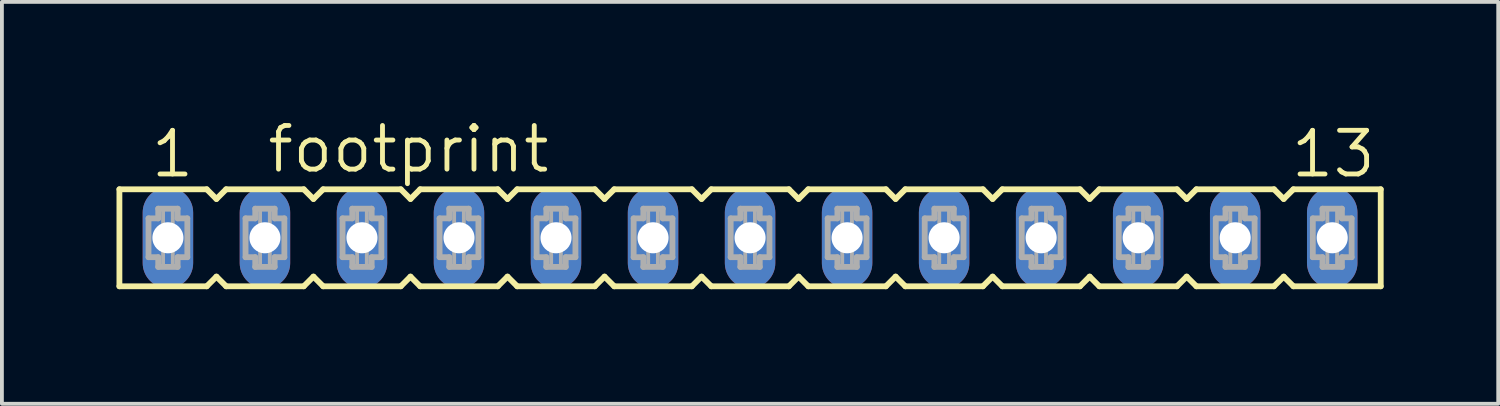
<source format=kicad_pcb>
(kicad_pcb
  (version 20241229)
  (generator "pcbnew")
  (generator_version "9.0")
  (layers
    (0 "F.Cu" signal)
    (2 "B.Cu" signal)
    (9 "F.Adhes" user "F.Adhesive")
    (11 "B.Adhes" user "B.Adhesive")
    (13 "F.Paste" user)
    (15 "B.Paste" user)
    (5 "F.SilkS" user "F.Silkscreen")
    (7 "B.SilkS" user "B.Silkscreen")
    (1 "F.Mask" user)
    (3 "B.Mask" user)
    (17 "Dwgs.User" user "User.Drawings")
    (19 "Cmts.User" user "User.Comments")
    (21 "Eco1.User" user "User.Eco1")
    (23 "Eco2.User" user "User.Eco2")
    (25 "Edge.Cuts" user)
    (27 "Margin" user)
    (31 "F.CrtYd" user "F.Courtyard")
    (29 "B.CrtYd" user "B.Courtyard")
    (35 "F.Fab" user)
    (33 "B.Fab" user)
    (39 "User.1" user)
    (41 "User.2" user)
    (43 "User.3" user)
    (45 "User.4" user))
  (footprint "footprint"
    (layer "F.Cu")
    (at 16.586 3.175)
    (property "Reference" "footprint" (at -12.7 -1.651 0) (layer "F.SilkS") (effects (font (size 1.143 1.143) (thickness 0.127)) (justify left bottom)))
    (fp_line (start -16.51 -1.27) (end -16.51 1.27) (stroke (width 0.152) (type solid)) (layer "F.SilkS"))
    (fp_line (start -16.51 1.27) (end -14.224 1.27) (stroke (width 0.152) (type solid)) (layer "F.SilkS"))
    (fp_line (start -14.224 -1.27) (end -16.51 -1.27) (stroke (width 0.152) (type solid)) (layer "F.SilkS"))
    (fp_line (start -14.224 1.27) (end -13.97 1.016) (stroke (width 0.152) (type solid)) (layer "F.SilkS"))
    (fp_line (start -13.97 -1.016) (end -14.224 -1.27) (stroke (width 0.152) (type solid)) (layer "F.SilkS"))
    (fp_line (start -13.97 1.016) (end -13.716 1.27) (stroke (width 0.152) (type solid)) (layer "F.SilkS"))
    (fp_line (start -13.716 -1.27) (end -13.97 -1.016) (stroke (width 0.152) (type solid)) (layer "F.SilkS"))
    (fp_line (start -13.716 1.27) (end -11.684 1.27) (stroke (width 0.152) (type solid)) (layer "F.SilkS"))
    (fp_line (start -11.684 -1.27) (end -13.716 -1.27) (stroke (width 0.152) (type solid)) (layer "F.SilkS"))
    (fp_line (start -11.684 1.27) (end -11.43 1.016) (stroke (width 0.152) (type solid)) (layer "F.SilkS"))
    (fp_line (start -11.43 -1.016) (end -11.684 -1.27) (stroke (width 0.152) (type solid)) (layer "F.SilkS"))
    (fp_line (start -11.43 1.016) (end -11.176 1.27) (stroke (width 0.152) (type solid)) (layer "F.SilkS"))
    (fp_line (start -11.176 -1.27) (end -11.43 -1.016) (stroke (width 0.152) (type solid)) (layer "F.SilkS"))
    (fp_line (start -11.176 1.27) (end -9.144 1.27) (stroke (width 0.152) (type solid)) (layer "F.SilkS"))
    (fp_line (start -9.144 -1.27) (end -11.176 -1.27) (stroke (width 0.152) (type solid)) (layer "F.SilkS"))
    (fp_line (start -9.144 1.27) (end -8.89 1.016) (stroke (width 0.152) (type solid)) (layer "F.SilkS"))
    (fp_line (start -8.89 -1.016) (end -9.144 -1.27) (stroke (width 0.152) (type solid)) (layer "F.SilkS"))
    (fp_line (start -8.89 1.016) (end -8.636 1.27) (stroke (width 0.152) (type solid)) (layer "F.SilkS"))
    (fp_line (start -8.636 -1.27) (end -8.89 -1.016) (stroke (width 0.152) (type solid)) (layer "F.SilkS"))
    (fp_line (start -8.636 1.27) (end -6.604 1.27) (stroke (width 0.152) (type solid)) (layer "F.SilkS"))
    (fp_line (start -6.604 -1.27) (end -8.636 -1.27) (stroke (width 0.152) (type solid)) (layer "F.SilkS"))
    (fp_line (start -6.604 1.27) (end -6.35 1.016) (stroke (width 0.152) (type solid)) (layer "F.SilkS"))
    (fp_line (start -6.35 -1.016) (end -6.604 -1.27) (stroke (width 0.152) (type solid)) (layer "F.SilkS"))
    (fp_line (start -6.35 1.016) (end -6.096 1.27) (stroke (width 0.152) (type solid)) (layer "F.SilkS"))
    (fp_line (start -6.096 -1.27) (end -6.35 -1.016) (stroke (width 0.152) (type solid)) (layer "F.SilkS"))
    (fp_line (start -6.096 1.27) (end -4.064 1.27) (stroke (width 0.152) (type solid)) (layer "F.SilkS"))
    (fp_line (start -4.064 -1.27) (end -6.096 -1.27) (stroke (width 0.152) (type solid)) (layer "F.SilkS"))
    (fp_line (start -4.064 1.27) (end -3.81 1.016) (stroke (width 0.152) (type solid)) (layer "F.SilkS"))
    (fp_line (start -3.81 -1.016) (end -4.064 -1.27) (stroke (width 0.152) (type solid)) (layer "F.SilkS"))
    (fp_line (start -3.81 1.016) (end -3.556 1.27) (stroke (width 0.152) (type solid)) (layer "F.SilkS"))
    (fp_line (start -3.556 -1.27) (end -3.81 -1.016) (stroke (width 0.152) (type solid)) (layer "F.SilkS"))
    (fp_line (start -3.556 1.27) (end -1.524 1.27) (stroke (width 0.152) (type solid)) (layer "F.SilkS"))
    (fp_line (start -1.524 -1.27) (end -3.556 -1.27) (stroke (width 0.152) (type solid)) (layer "F.SilkS"))
    (fp_line (start -1.524 1.27) (end -1.27 1.016) (stroke (width 0.152) (type solid)) (layer "F.SilkS"))
    (fp_line (start -1.27 -1.016) (end -1.524 -1.27) (stroke (width 0.152) (type solid)) (layer "F.SilkS"))
    (fp_line (start -1.27 1.016) (end -1.016 1.27) (stroke (width 0.152) (type solid)) (layer "F.SilkS"))
    (fp_line (start -1.016 -1.27) (end -1.27 -1.016) (stroke (width 0.152) (type solid)) (layer "F.SilkS"))
    (fp_line (start -1.016 1.27) (end 1.016 1.27) (stroke (width 0.152) (type solid)) (layer "F.SilkS"))
    (fp_line (start 1.016 -1.27) (end -1.016 -1.27) (stroke (width 0.152) (type solid)) (layer "F.SilkS"))
    (fp_line (start 1.016 1.27) (end 1.27 1.016) (stroke (width 0.152) (type solid)) (layer "F.SilkS"))
    (fp_line (start 1.27 -1.016) (end 1.016 -1.27) (stroke (width 0.152) (type solid)) (layer "F.SilkS"))
    (fp_line (start 1.27 1.016) (end 1.524 1.27) (stroke (width 0.152) (type solid)) (layer "F.SilkS"))
    (fp_line (start 1.524 -1.27) (end 1.27 -1.016) (stroke (width 0.152) (type solid)) (layer "F.SilkS"))
    (fp_line (start 1.524 1.27) (end 3.556 1.27) (stroke (width 0.152) (type solid)) (layer "F.SilkS"))
    (fp_line (start 3.556 -1.27) (end 1.524 -1.27) (stroke (width 0.152) (type solid)) (layer "F.SilkS"))
    (fp_line (start 3.556 1.27) (end 3.81 1.016) (stroke (width 0.152) (type solid)) (layer "F.SilkS"))
    (fp_line (start 3.81 -1.016) (end 3.556 -1.27) (stroke (width 0.152) (type solid)) (layer "F.SilkS"))
    (fp_line (start 3.81 1.016) (end 4.064 1.27) (stroke (width 0.152) (type solid)) (layer "F.SilkS"))
    (fp_line (start 4.064 -1.27) (end 3.81 -1.016) (stroke (width 0.152) (type solid)) (layer "F.SilkS"))
    (fp_line (start 4.064 1.27) (end 6.096 1.27) (stroke (width 0.152) (type solid)) (layer "F.SilkS"))
    (fp_line (start 6.096 -1.27) (end 4.064 -1.27) (stroke (width 0.152) (type solid)) (layer "F.SilkS"))
    (fp_line (start 6.096 1.27) (end 6.35 1.016) (stroke (width 0.152) (type solid)) (layer "F.SilkS"))
    (fp_line (start 6.35 -1.016) (end 6.096 -1.27) (stroke (width 0.152) (type solid)) (layer "F.SilkS"))
    (fp_line (start 6.35 1.016) (end 6.604 1.27) (stroke (width 0.152) (type solid)) (layer "F.SilkS"))
    (fp_line (start 6.604 -1.27) (end 6.35 -1.016) (stroke (width 0.152) (type solid)) (layer "F.SilkS"))
    (fp_line (start 6.604 1.27) (end 8.636 1.27) (stroke (width 0.152) (type solid)) (layer "F.SilkS"))
    (fp_line (start 8.636 -1.27) (end 6.604 -1.27) (stroke (width 0.152) (type solid)) (layer "F.SilkS"))
    (fp_line (start 8.636 1.27) (end 8.89 1.016) (stroke (width 0.152) (type solid)) (layer "F.SilkS"))
    (fp_line (start 8.89 -1.016) (end 8.636 -1.27) (stroke (width 0.152) (type solid)) (layer "F.SilkS"))
    (fp_line (start 8.89 1.016) (end 9.144 1.27) (stroke (width 0.152) (type solid)) (layer "F.SilkS"))
    (fp_line (start 9.144 -1.27) (end 8.89 -1.016) (stroke (width 0.152) (type solid)) (layer "F.SilkS"))
    (fp_line (start 9.144 1.27) (end 11.176 1.27) (stroke (width 0.152) (type solid)) (layer "F.SilkS"))
    (fp_line (start 11.176 -1.27) (end 9.144 -1.27) (stroke (width 0.152) (type solid)) (layer "F.SilkS"))
    (fp_line (start 11.176 1.27) (end 11.43 1.016) (stroke (width 0.152) (type solid)) (layer "F.SilkS"))
    (fp_line (start 11.43 -1.016) (end 11.176 -1.27) (stroke (width 0.152) (type solid)) (layer "F.SilkS"))
    (fp_line (start 11.43 1.016) (end 11.684 1.27) (stroke (width 0.152) (type solid)) (layer "F.SilkS"))
    (fp_line (start 11.684 -1.27) (end 11.43 -1.016) (stroke (width 0.152) (type solid)) (layer "F.SilkS"))
    (fp_line (start 11.684 1.27) (end 13.716 1.27) (stroke (width 0.152) (type solid)) (layer "F.SilkS"))
    (fp_line (start 13.716 -1.27) (end 11.684 -1.27) (stroke (width 0.152) (type solid)) (layer "F.SilkS"))
    (fp_line (start 13.716 1.27) (end 13.97 1.016) (stroke (width 0.152) (type solid)) (layer "F.SilkS"))
    (fp_line (start 13.97 -1.016) (end 13.716 -1.27) (stroke (width 0.152) (type solid)) (layer "F.SilkS"))
    (fp_line (start 13.97 1.016) (end 14.224 1.27) (stroke (width 0.152) (type solid)) (layer "F.SilkS"))
    (fp_line (start 14.224 -1.27) (end 13.97 -1.016) (stroke (width 0.152) (type solid)) (layer "F.SilkS"))
    (fp_line (start 14.224 1.27) (end 16.51 1.27) (stroke (width 0.152) (type solid)) (layer "F.SilkS"))
    (fp_line (start 16.51 -1.27) (end 14.224 -1.27) (stroke (width 0.152) (type solid)) (layer "F.SilkS"))
    (fp_line (start 16.51 1.27) (end 16.51 -1.27) (stroke (width 0.152) (type solid)) (layer "F.SilkS"))
    (fp_line (start -15.748 -0.508) (end -15.748 0.508) (stroke (width 0.152) (type solid)) (layer "F.Fab"))
    (fp_line (start -15.748 0.508) (end -15.494 0.508) (stroke (width 0.152) (type solid)) (layer "F.Fab"))
    (fp_line (start -15.494 -0.762) (end -15.494 -0.508) (stroke (width 0.152) (type solid)) (layer "F.Fab"))
    (fp_line (start -15.494 -0.508) (end -15.748 -0.508) (stroke (width 0.152) (type solid)) (layer "F.Fab"))
    (fp_line (start -15.494 0.508) (end -15.494 0.762) (stroke (width 0.152) (type solid)) (layer "F.Fab"))
    (fp_line (start -15.494 0.762) (end -14.986 0.762) (stroke (width 0.152) (type solid)) (layer "F.Fab"))
    (fp_line (start -14.986 -0.762) (end -15.494 -0.762) (stroke (width 0.152) (type solid)) (layer "F.Fab"))
    (fp_line (start -14.986 -0.508) (end -14.986 -0.762) (stroke (width 0.152) (type solid)) (layer "F.Fab"))
    (fp_line (start -14.986 0.508) (end -14.732 0.508) (stroke (width 0.152) (type solid)) (layer "F.Fab"))
    (fp_line (start -14.986 0.762) (end -14.986 0.508) (stroke (width 0.152) (type solid)) (layer "F.Fab"))
    (fp_line (start -14.732 -0.508) (end -14.986 -0.508) (stroke (width 0.152) (type solid)) (layer "F.Fab"))
    (fp_line (start -14.732 0.508) (end -14.732 -0.508) (stroke (width 0.152) (type solid)) (layer "F.Fab"))
    (fp_line (start -13.208 -0.508) (end -13.208 0.508) (stroke (width 0.152) (type solid)) (layer "F.Fab"))
    (fp_line (start -13.208 0.508) (end -12.954 0.508) (stroke (width 0.152) (type solid)) (layer "F.Fab"))
    (fp_line (start -12.954 -0.762) (end -12.954 -0.508) (stroke (width 0.152) (type solid)) (layer "F.Fab"))
    (fp_line (start -12.954 -0.508) (end -13.208 -0.508) (stroke (width 0.152) (type solid)) (layer "F.Fab"))
    (fp_line (start -12.954 0.508) (end -12.954 0.762) (stroke (width 0.152) (type solid)) (layer "F.Fab"))
    (fp_line (start -12.954 0.762) (end -12.446 0.762) (stroke (width 0.152) (type solid)) (layer "F.Fab"))
    (fp_line (start -12.446 -0.762) (end -12.954 -0.762) (stroke (width 0.152) (type solid)) (layer "F.Fab"))
    (fp_line (start -12.446 -0.508) (end -12.446 -0.762) (stroke (width 0.152) (type solid)) (layer "F.Fab"))
    (fp_line (start -12.446 0.508) (end -12.192 0.508) (stroke (width 0.152) (type solid)) (layer "F.Fab"))
    (fp_line (start -12.446 0.762) (end -12.446 0.508) (stroke (width 0.152) (type solid)) (layer "F.Fab"))
    (fp_line (start -12.192 -0.508) (end -12.446 -0.508) (stroke (width 0.152) (type solid)) (layer "F.Fab"))
    (fp_line (start -12.192 0.508) (end -12.192 -0.508) (stroke (width 0.152) (type solid)) (layer "F.Fab"))
    (fp_line (start -10.668 -0.508) (end -10.668 0.508) (stroke (width 0.152) (type solid)) (layer "F.Fab"))
    (fp_line (start -10.668 0.508) (end -10.414 0.508) (stroke (width 0.152) (type solid)) (layer "F.Fab"))
    (fp_line (start -10.414 -0.762) (end -10.414 -0.508) (stroke (width 0.152) (type solid)) (layer "F.Fab"))
    (fp_line (start -10.414 -0.508) (end -10.668 -0.508) (stroke (width 0.152) (type solid)) (layer "F.Fab"))
    (fp_line (start -10.414 0.508) (end -10.414 0.762) (stroke (width 0.152) (type solid)) (layer "F.Fab"))
    (fp_line (start -10.414 0.762) (end -9.906 0.762) (stroke (width 0.152) (type solid)) (layer "F.Fab"))
    (fp_line (start -9.906 -0.762) (end -10.414 -0.762) (stroke (width 0.152) (type solid)) (layer "F.Fab"))
    (fp_line (start -9.906 -0.508) (end -9.906 -0.762) (stroke (width 0.152) (type solid)) (layer "F.Fab"))
    (fp_line (start -9.906 0.508) (end -9.652 0.508) (stroke (width 0.152) (type solid)) (layer "F.Fab"))
    (fp_line (start -9.906 0.762) (end -9.906 0.508) (stroke (width 0.152) (type solid)) (layer "F.Fab"))
    (fp_line (start -9.652 -0.508) (end -9.906 -0.508) (stroke (width 0.152) (type solid)) (layer "F.Fab"))
    (fp_line (start -9.652 0.508) (end -9.652 -0.508) (stroke (width 0.152) (type solid)) (layer "F.Fab"))
    (fp_line (start -8.128 -0.508) (end -8.128 0.508) (stroke (width 0.152) (type solid)) (layer "F.Fab"))
    (fp_line (start -8.128 0.508) (end -7.874 0.508) (stroke (width 0.152) (type solid)) (layer "F.Fab"))
    (fp_line (start -7.874 -0.762) (end -7.874 -0.508) (stroke (width 0.152) (type solid)) (layer "F.Fab"))
    (fp_line (start -7.874 -0.508) (end -8.128 -0.508) (stroke (width 0.152) (type solid)) (layer "F.Fab"))
    (fp_line (start -7.874 0.508) (end -7.874 0.762) (stroke (width 0.152) (type solid)) (layer "F.Fab"))
    (fp_line (start -7.874 0.762) (end -7.366 0.762) (stroke (width 0.152) (type solid)) (layer "F.Fab"))
    (fp_line (start -7.366 -0.762) (end -7.874 -0.762) (stroke (width 0.152) (type solid)) (layer "F.Fab"))
    (fp_line (start -7.366 -0.508) (end -7.366 -0.762) (stroke (width 0.152) (type solid)) (layer "F.Fab"))
    (fp_line (start -7.366 0.508) (end -7.112 0.508) (stroke (width 0.152) (type solid)) (layer "F.Fab"))
    (fp_line (start -7.366 0.762) (end -7.366 0.508) (stroke (width 0.152) (type solid)) (layer "F.Fab"))
    (fp_line (start -7.112 -0.508) (end -7.366 -0.508) (stroke (width 0.152) (type solid)) (layer "F.Fab"))
    (fp_line (start -7.112 0.508) (end -7.112 -0.508) (stroke (width 0.152) (type solid)) (layer "F.Fab"))
    (fp_line (start -5.588 -0.508) (end -5.588 0.508) (stroke (width 0.152) (type solid)) (layer "F.Fab"))
    (fp_line (start -5.588 0.508) (end -5.334 0.508) (stroke (width 0.152) (type solid)) (layer "F.Fab"))
    (fp_line (start -5.334 -0.762) (end -5.334 -0.508) (stroke (width 0.152) (type solid)) (layer "F.Fab"))
    (fp_line (start -5.334 -0.508) (end -5.588 -0.508) (stroke (width 0.152) (type solid)) (layer "F.Fab"))
    (fp_line (start -5.334 0.508) (end -5.334 0.762) (stroke (width 0.152) (type solid)) (layer "F.Fab"))
    (fp_line (start -5.334 0.762) (end -4.826 0.762) (stroke (width 0.152) (type solid)) (layer "F.Fab"))
    (fp_line (start -4.826 -0.762) (end -5.334 -0.762) (stroke (width 0.152) (type solid)) (layer "F.Fab"))
    (fp_line (start -4.826 -0.508) (end -4.826 -0.762) (stroke (width 0.152) (type solid)) (layer "F.Fab"))
    (fp_line (start -4.826 0.508) (end -4.572 0.508) (stroke (width 0.152) (type solid)) (layer "F.Fab"))
    (fp_line (start -4.826 0.762) (end -4.826 0.508) (stroke (width 0.152) (type solid)) (layer "F.Fab"))
    (fp_line (start -4.572 -0.508) (end -4.826 -0.508) (stroke (width 0.152) (type solid)) (layer "F.Fab"))
    (fp_line (start -4.572 0.508) (end -4.572 -0.508) (stroke (width 0.152) (type solid)) (layer "F.Fab"))
    (fp_line (start -3.048 -0.508) (end -3.048 0.508) (stroke (width 0.152) (type solid)) (layer "F.Fab"))
    (fp_line (start -3.048 0.508) (end -2.794 0.508) (stroke (width 0.152) (type solid)) (layer "F.Fab"))
    (fp_line (start -2.794 -0.762) (end -2.794 -0.508) (stroke (width 0.152) (type solid)) (layer "F.Fab"))
    (fp_line (start -2.794 -0.508) (end -3.048 -0.508) (stroke (width 0.152) (type solid)) (layer "F.Fab"))
    (fp_line (start -2.794 0.508) (end -2.794 0.762) (stroke (width 0.152) (type solid)) (layer "F.Fab"))
    (fp_line (start -2.794 0.762) (end -2.286 0.762) (stroke (width 0.152) (type solid)) (layer "F.Fab"))
    (fp_line (start -2.286 -0.762) (end -2.794 -0.762) (stroke (width 0.152) (type solid)) (layer "F.Fab"))
    (fp_line (start -2.286 -0.508) (end -2.286 -0.762) (stroke (width 0.152) (type solid)) (layer "F.Fab"))
    (fp_line (start -2.286 0.508) (end -2.032 0.508) (stroke (width 0.152) (type solid)) (layer "F.Fab"))
    (fp_line (start -2.286 0.762) (end -2.286 0.508) (stroke (width 0.152) (type solid)) (layer "F.Fab"))
    (fp_line (start -2.032 -0.508) (end -2.286 -0.508) (stroke (width 0.152) (type solid)) (layer "F.Fab"))
    (fp_line (start -2.032 0.508) (end -2.032 -0.508) (stroke (width 0.152) (type solid)) (layer "F.Fab"))
    (fp_line (start -0.508 -0.508) (end -0.508 0.508) (stroke (width 0.152) (type solid)) (layer "F.Fab"))
    (fp_line (start -0.508 0.508) (end -0.254 0.508) (stroke (width 0.152) (type solid)) (layer "F.Fab"))
    (fp_line (start -0.254 -0.762) (end -0.254 -0.508) (stroke (width 0.152) (type solid)) (layer "F.Fab"))
    (fp_line (start -0.254 -0.508) (end -0.508 -0.508) (stroke (width 0.152) (type solid)) (layer "F.Fab"))
    (fp_line (start -0.254 0.508) (end -0.254 0.762) (stroke (width 0.152) (type solid)) (layer "F.Fab"))
    (fp_line (start -0.254 0.762) (end 0.254 0.762) (stroke (width 0.152) (type solid)) (layer "F.Fab"))
    (fp_line (start 0.254 -0.762) (end -0.254 -0.762) (stroke (width 0.152) (type solid)) (layer "F.Fab"))
    (fp_line (start 0.254 -0.508) (end 0.254 -0.762) (stroke (width 0.152) (type solid)) (layer "F.Fab"))
    (fp_line (start 0.254 0.508) (end 0.508 0.508) (stroke (width 0.152) (type solid)) (layer "F.Fab"))
    (fp_line (start 0.254 0.762) (end 0.254 0.508) (stroke (width 0.152) (type solid)) (layer "F.Fab"))
    (fp_line (start 0.508 -0.508) (end 0.254 -0.508) (stroke (width 0.152) (type solid)) (layer "F.Fab"))
    (fp_line (start 0.508 0.508) (end 0.508 -0.508) (stroke (width 0.152) (type solid)) (layer "F.Fab"))
    (fp_line (start 2.032 -0.508) (end 2.032 0.508) (stroke (width 0.152) (type solid)) (layer "F.Fab"))
    (fp_line (start 2.032 0.508) (end 2.286 0.508) (stroke (width 0.152) (type solid)) (layer "F.Fab"))
    (fp_line (start 2.286 -0.762) (end 2.286 -0.508) (stroke (width 0.152) (type solid)) (layer "F.Fab"))
    (fp_line (start 2.286 -0.508) (end 2.032 -0.508) (stroke (width 0.152) (type solid)) (layer "F.Fab"))
    (fp_line (start 2.286 0.508) (end 2.286 0.762) (stroke (width 0.152) (type solid)) (layer "F.Fab"))
    (fp_line (start 2.286 0.762) (end 2.794 0.762) (stroke (width 0.152) (type solid)) (layer "F.Fab"))
    (fp_line (start 2.794 -0.762) (end 2.286 -0.762) (stroke (width 0.152) (type solid)) (layer "F.Fab"))
    (fp_line (start 2.794 -0.508) (end 2.794 -0.762) (stroke (width 0.152) (type solid)) (layer "F.Fab"))
    (fp_line (start 2.794 0.508) (end 3.048 0.508) (stroke (width 0.152) (type solid)) (layer "F.Fab"))
    (fp_line (start 2.794 0.762) (end 2.794 0.508) (stroke (width 0.152) (type solid)) (layer "F.Fab"))
    (fp_line (start 3.048 -0.508) (end 2.794 -0.508) (stroke (width 0.152) (type solid)) (layer "F.Fab"))
    (fp_line (start 3.048 0.508) (end 3.048 -0.508) (stroke (width 0.152) (type solid)) (layer "F.Fab"))
    (fp_line (start 4.572 -0.508) (end 4.572 0.508) (stroke (width 0.152) (type solid)) (layer "F.Fab"))
    (fp_line (start 4.572 0.508) (end 4.826 0.508) (stroke (width 0.152) (type solid)) (layer "F.Fab"))
    (fp_line (start 4.826 -0.762) (end 4.826 -0.508) (stroke (width 0.152) (type solid)) (layer "F.Fab"))
    (fp_line (start 4.826 -0.508) (end 4.572 -0.508) (stroke (width 0.152) (type solid)) (layer "F.Fab"))
    (fp_line (start 4.826 0.508) (end 4.826 0.762) (stroke (width 0.152) (type solid)) (layer "F.Fab"))
    (fp_line (start 4.826 0.762) (end 5.334 0.762) (stroke (width 0.152) (type solid)) (layer "F.Fab"))
    (fp_line (start 5.334 -0.762) (end 4.826 -0.762) (stroke (width 0.152) (type solid)) (layer "F.Fab"))
    (fp_line (start 5.334 -0.508) (end 5.334 -0.762) (stroke (width 0.152) (type solid)) (layer "F.Fab"))
    (fp_line (start 5.334 0.508) (end 5.588 0.508) (stroke (width 0.152) (type solid)) (layer "F.Fab"))
    (fp_line (start 5.334 0.762) (end 5.334 0.508) (stroke (width 0.152) (type solid)) (layer "F.Fab"))
    (fp_line (start 5.588 -0.508) (end 5.334 -0.508) (stroke (width 0.152) (type solid)) (layer "F.Fab"))
    (fp_line (start 5.588 0.508) (end 5.588 -0.508) (stroke (width 0.152) (type solid)) (layer "F.Fab"))
    (fp_line (start 7.112 -0.508) (end 7.112 0.508) (stroke (width 0.152) (type solid)) (layer "F.Fab"))
    (fp_line (start 7.112 0.508) (end 7.366 0.508) (stroke (width 0.152) (type solid)) (layer "F.Fab"))
    (fp_line (start 7.366 -0.762) (end 7.366 -0.508) (stroke (width 0.152) (type solid)) (layer "F.Fab"))
    (fp_line (start 7.366 -0.508) (end 7.112 -0.508) (stroke (width 0.152) (type solid)) (layer "F.Fab"))
    (fp_line (start 7.366 0.508) (end 7.366 0.762) (stroke (width 0.152) (type solid)) (layer "F.Fab"))
    (fp_line (start 7.366 0.762) (end 7.874 0.762) (stroke (width 0.152) (type solid)) (layer "F.Fab"))
    (fp_line (start 7.874 -0.762) (end 7.366 -0.762) (stroke (width 0.152) (type solid)) (layer "F.Fab"))
    (fp_line (start 7.874 -0.508) (end 7.874 -0.762) (stroke (width 0.152) (type solid)) (layer "F.Fab"))
    (fp_line (start 7.874 0.508) (end 8.128 0.508) (stroke (width 0.152) (type solid)) (layer "F.Fab"))
    (fp_line (start 7.874 0.762) (end 7.874 0.508) (stroke (width 0.152) (type solid)) (layer "F.Fab"))
    (fp_line (start 8.128 -0.508) (end 7.874 -0.508) (stroke (width 0.152) (type solid)) (layer "F.Fab"))
    (fp_line (start 8.128 0.508) (end 8.128 -0.508) (stroke (width 0.152) (type solid)) (layer "F.Fab"))
    (fp_line (start 9.652 -0.508) (end 9.652 0.508) (stroke (width 0.152) (type solid)) (layer "F.Fab"))
    (fp_line (start 9.652 0.508) (end 9.906 0.508) (stroke (width 0.152) (type solid)) (layer "F.Fab"))
    (fp_line (start 9.906 -0.762) (end 9.906 -0.508) (stroke (width 0.152) (type solid)) (layer "F.Fab"))
    (fp_line (start 9.906 -0.508) (end 9.652 -0.508) (stroke (width 0.152) (type solid)) (layer "F.Fab"))
    (fp_line (start 9.906 0.508) (end 9.906 0.762) (stroke (width 0.152) (type solid)) (layer "F.Fab"))
    (fp_line (start 9.906 0.762) (end 10.414 0.762) (stroke (width 0.152) (type solid)) (layer "F.Fab"))
    (fp_line (start 10.414 -0.762) (end 9.906 -0.762) (stroke (width 0.152) (type solid)) (layer "F.Fab"))
    (fp_line (start 10.414 -0.508) (end 10.414 -0.762) (stroke (width 0.152) (type solid)) (layer "F.Fab"))
    (fp_line (start 10.414 0.508) (end 10.668 0.508) (stroke (width 0.152) (type solid)) (layer "F.Fab"))
    (fp_line (start 10.414 0.762) (end 10.414 0.508) (stroke (width 0.152) (type solid)) (layer "F.Fab"))
    (fp_line (start 10.668 -0.508) (end 10.414 -0.508) (stroke (width 0.152) (type solid)) (layer "F.Fab"))
    (fp_line (start 10.668 0.508) (end 10.668 -0.508) (stroke (width 0.152) (type solid)) (layer "F.Fab"))
    (fp_line (start 12.192 -0.508) (end 12.192 0.508) (stroke (width 0.152) (type solid)) (layer "F.Fab"))
    (fp_line (start 12.192 0.508) (end 12.446 0.508) (stroke (width 0.152) (type solid)) (layer "F.Fab"))
    (fp_line (start 12.446 -0.762) (end 12.446 -0.508) (stroke (width 0.152) (type solid)) (layer "F.Fab"))
    (fp_line (start 12.446 -0.508) (end 12.192 -0.508) (stroke (width 0.152) (type solid)) (layer "F.Fab"))
    (fp_line (start 12.446 0.508) (end 12.446 0.762) (stroke (width 0.152) (type solid)) (layer "F.Fab"))
    (fp_line (start 12.446 0.762) (end 12.954 0.762) (stroke (width 0.152) (type solid)) (layer "F.Fab"))
    (fp_line (start 12.954 -0.762) (end 12.446 -0.762) (stroke (width 0.152) (type solid)) (layer "F.Fab"))
    (fp_line (start 12.954 -0.508) (end 12.954 -0.762) (stroke (width 0.152) (type solid)) (layer "F.Fab"))
    (fp_line (start 12.954 0.508) (end 13.208 0.508) (stroke (width 0.152) (type solid)) (layer "F.Fab"))
    (fp_line (start 12.954 0.762) (end 12.954 0.508) (stroke (width 0.152) (type solid)) (layer "F.Fab"))
    (fp_line (start 13.208 -0.508) (end 12.954 -0.508) (stroke (width 0.152) (type solid)) (layer "F.Fab"))
    (fp_line (start 13.208 0.508) (end 13.208 -0.508) (stroke (width 0.152) (type solid)) (layer "F.Fab"))
    (fp_line (start 14.732 -0.508) (end 14.732 0.508) (stroke (width 0.152) (type solid)) (layer "F.Fab"))
    (fp_line (start 14.732 0.508) (end 14.986 0.508) (stroke (width 0.152) (type solid)) (layer "F.Fab"))
    (fp_line (start 14.986 -0.762) (end 14.986 -0.508) (stroke (width 0.152) (type solid)) (layer "F.Fab"))
    (fp_line (start 14.986 -0.508) (end 14.732 -0.508) (stroke (width 0.152) (type solid)) (layer "F.Fab"))
    (fp_line (start 14.986 0.508) (end 14.986 0.762) (stroke (width 0.152) (type solid)) (layer "F.Fab"))
    (fp_line (start 14.986 0.762) (end 15.494 0.762) (stroke (width 0.152) (type solid)) (layer "F.Fab"))
    (fp_line (start 15.494 -0.762) (end 14.986 -0.762) (stroke (width 0.152) (type solid)) (layer "F.Fab"))
    (fp_line (start 15.494 -0.508) (end 15.494 -0.762) (stroke (width 0.152) (type solid)) (layer "F.Fab"))
    (fp_line (start 15.494 0.508) (end 15.748 0.508) (stroke (width 0.152) (type solid)) (layer "F.Fab"))
    (fp_line (start 15.494 0.762) (end 15.494 0.508) (stroke (width 0.152) (type solid)) (layer "F.Fab"))
    (fp_line (start 15.748 -0.508) (end 15.494 -0.508) (stroke (width 0.152) (type solid)) (layer "F.Fab"))
    (fp_line (start 15.748 0.508) (end 15.748 -0.508) (stroke (width 0.152) (type solid)) (layer "F.Fab"))
    (fp_poly (pts (xy -15.367 -0.254) (xy -15.113 -0.254) (xy -15.113 -0.762) (xy -15.367 -0.762)) (stroke (width 0.1) (type solid)) (fill no) (layer "F.Fab"))
    (fp_poly (pts (xy -15.367 0.762) (xy -15.113 0.762) (xy -15.113 0.254) (xy -15.367 0.254)) (stroke (width 0.1) (type solid)) (fill no) (layer "F.Fab"))
    (fp_poly (pts (xy -12.827 -0.254) (xy -12.573 -0.254) (xy -12.573 -0.762) (xy -12.827 -0.762)) (stroke (width 0.1) (type solid)) (fill no) (layer "F.Fab"))
    (fp_poly (pts (xy -12.827 0.762) (xy -12.573 0.762) (xy -12.573 0.254) (xy -12.827 0.254)) (stroke (width 0.1) (type solid)) (fill no) (layer "F.Fab"))
    (fp_poly (pts (xy -10.287 -0.254) (xy -10.033 -0.254) (xy -10.033 -0.762) (xy -10.287 -0.762)) (stroke (width 0.1) (type solid)) (fill no) (layer "F.Fab"))
    (fp_poly (pts (xy -10.287 0.762) (xy -10.033 0.762) (xy -10.033 0.254) (xy -10.287 0.254)) (stroke (width 0.1) (type solid)) (fill no) (layer "F.Fab"))
    (fp_poly (pts (xy -7.747 -0.254) (xy -7.493 -0.254) (xy -7.493 -0.762) (xy -7.747 -0.762)) (stroke (width 0.1) (type solid)) (fill no) (layer "F.Fab"))
    (fp_poly (pts (xy -7.747 0.762) (xy -7.493 0.762) (xy -7.493 0.254) (xy -7.747 0.254)) (stroke (width 0.1) (type solid)) (fill no) (layer "F.Fab"))
    (fp_poly (pts (xy -5.207 -0.254) (xy -4.953 -0.254) (xy -4.953 -0.762) (xy -5.207 -0.762)) (stroke (width 0.1) (type solid)) (fill no) (layer "F.Fab"))
    (fp_poly (pts (xy -5.207 0.762) (xy -4.953 0.762) (xy -4.953 0.254) (xy -5.207 0.254)) (stroke (width 0.1) (type solid)) (fill no) (layer "F.Fab"))
    (fp_poly (pts (xy -2.667 -0.254) (xy -2.413 -0.254) (xy -2.413 -0.762) (xy -2.667 -0.762)) (stroke (width 0.1) (type solid)) (fill no) (layer "F.Fab"))
    (fp_poly (pts (xy -2.667 0.762) (xy -2.413 0.762) (xy -2.413 0.254) (xy -2.667 0.254)) (stroke (width 0.1) (type solid)) (fill no) (layer "F.Fab"))
    (fp_poly (pts (xy -0.127 -0.254) (xy 0.127 -0.254) (xy 0.127 -0.762) (xy -0.127 -0.762)) (stroke (width 0.1) (type solid)) (fill no) (layer "F.Fab"))
    (fp_poly (pts (xy -0.127 0.762) (xy 0.127 0.762) (xy 0.127 0.254) (xy -0.127 0.254)) (stroke (width 0.1) (type solid)) (fill no) (layer "F.Fab"))
    (fp_poly (pts (xy 2.413 -0.254) (xy 2.667 -0.254) (xy 2.667 -0.762) (xy 2.413 -0.762)) (stroke (width 0.1) (type solid)) (fill no) (layer "F.Fab"))
    (fp_poly (pts (xy 2.413 0.762) (xy 2.667 0.762) (xy 2.667 0.254) (xy 2.413 0.254)) (stroke (width 0.1) (type solid)) (fill no) (layer "F.Fab"))
    (fp_poly (pts (xy 4.953 -0.254) (xy 5.207 -0.254) (xy 5.207 -0.762) (xy 4.953 -0.762)) (stroke (width 0.1) (type solid)) (fill no) (layer "F.Fab"))
    (fp_poly (pts (xy 4.953 0.762) (xy 5.207 0.762) (xy 5.207 0.254) (xy 4.953 0.254)) (stroke (width 0.1) (type solid)) (fill no) (layer "F.Fab"))
    (fp_poly (pts (xy 7.493 -0.254) (xy 7.747 -0.254) (xy 7.747 -0.762) (xy 7.493 -0.762)) (stroke (width 0.1) (type solid)) (fill no) (layer "F.Fab"))
    (fp_poly (pts (xy 7.493 0.762) (xy 7.747 0.762) (xy 7.747 0.254) (xy 7.493 0.254)) (stroke (width 0.1) (type solid)) (fill no) (layer "F.Fab"))
    (fp_poly (pts (xy 10.033 -0.254) (xy 10.287 -0.254) (xy 10.287 -0.762) (xy 10.033 -0.762)) (stroke (width 0.1) (type solid)) (fill no) (layer "F.Fab"))
    (fp_poly (pts (xy 10.033 0.762) (xy 10.287 0.762) (xy 10.287 0.254) (xy 10.033 0.254)) (stroke (width 0.1) (type solid)) (fill no) (layer "F.Fab"))
    (fp_poly (pts (xy 12.573 -0.254) (xy 12.827 -0.254) (xy 12.827 -0.762) (xy 12.573 -0.762)) (stroke (width 0.1) (type solid)) (fill no) (layer "F.Fab"))
    (fp_poly (pts (xy 12.573 0.762) (xy 12.827 0.762) (xy 12.827 0.254) (xy 12.573 0.254)) (stroke (width 0.1) (type solid)) (fill no) (layer "F.Fab"))
    (fp_poly (pts (xy 15.113 -0.254) (xy 15.367 -0.254) (xy 15.367 -0.762) (xy 15.113 -0.762)) (stroke (width 0.1) (type solid)) (fill no) (layer "F.Fab"))
    (fp_poly (pts (xy 15.113 0.762) (xy 15.367 0.762) (xy 15.367 0.254) (xy 15.113 0.254)) (stroke (width 0.1) (type solid)) (fill no) (layer "F.Fab"))
    (fp_text user "1" (at -15.748 -1.524 0) (layer "F.SilkS") (effects (font (size 1.143 1.143) (thickness 0.127)) (justify left bottom)))
    (fp_text user "13" (at 14.097 -1.524 0) (layer "F.SilkS") (effects (font (size 1.143 1.143) (thickness 0.127)) (justify left bottom)))
    (pad "1" thru_hole oval (at -15.24 0 90) (size 2.642 1.321) (drill 0.813) (layers "*.Cu" "*.Mask"))
    (pad "2" thru_hole oval (at -12.7 0 90) (size 2.642 1.321) (drill 0.813) (layers "*.Cu" "*.Mask"))
    (pad "3" thru_hole oval (at -10.16 0 90) (size 2.642 1.321) (drill 0.813) (layers "*.Cu" "*.Mask"))
    (pad "4" thru_hole oval (at -7.62 0 90) (size 2.642 1.321) (drill 0.813) (layers "*.Cu" "*.Mask"))
    (pad "5" thru_hole oval (at -5.08 0 90) (size 2.642 1.321) (drill 0.813) (layers "*.Cu" "*.Mask"))
    (pad "6" thru_hole oval (at -2.54 0 90) (size 2.642 1.321) (drill 0.813) (layers "*.Cu" "*.Mask"))
    (pad "7" thru_hole oval (at 0 0 90) (size 2.642 1.321) (drill 0.813) (layers "*.Cu" "*.Mask"))
    (pad "8" thru_hole oval (at 2.54 0 90) (size 2.642 1.321) (drill 0.813) (layers "*.Cu" "*.Mask"))
    (pad "9" thru_hole oval (at 5.08 0 90) (size 2.642 1.321) (drill 0.813) (layers "*.Cu" "*.Mask"))
    (pad "10" thru_hole oval (at 7.62 0 90) (size 2.642 1.321) (drill 0.813) (layers "*.Cu" "*.Mask"))
    (pad "11" thru_hole oval (at 10.16 0 90) (size 2.642 1.321) (drill 0.813) (layers "*.Cu" "*.Mask"))
    (pad "12" thru_hole oval (at 12.7 0 90) (size 2.642 1.321) (drill 0.813) (layers "*.Cu" "*.Mask"))
    (pad "13" thru_hole oval (at 15.24 0 90) (size 2.642 1.321) (drill 0.813) (layers "*.Cu" "*.Mask")))
  (gr_rect
    (start -3 -3)
    (end 36.172 7.521)
    (stroke (width 0.1) (type default))
    (fill no)
    (layer "Edge.Cuts")))
</source>
